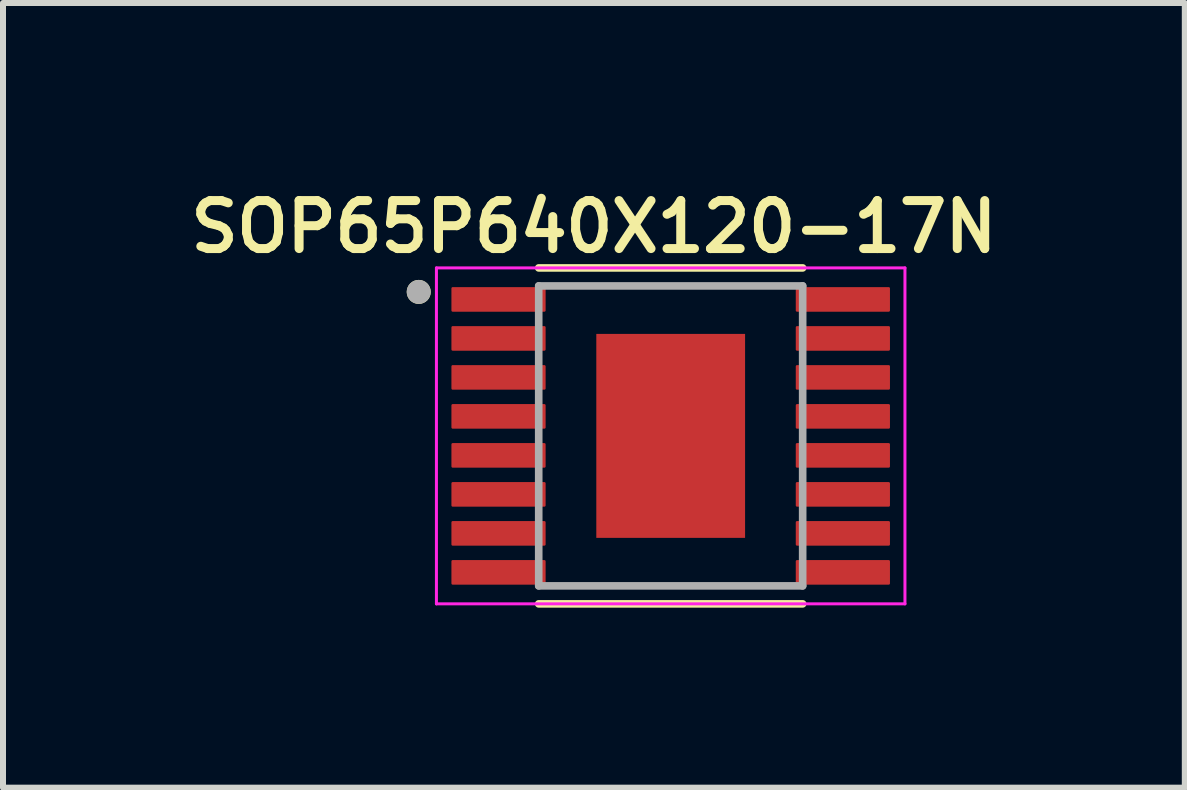
<source format=kicad_pcb>
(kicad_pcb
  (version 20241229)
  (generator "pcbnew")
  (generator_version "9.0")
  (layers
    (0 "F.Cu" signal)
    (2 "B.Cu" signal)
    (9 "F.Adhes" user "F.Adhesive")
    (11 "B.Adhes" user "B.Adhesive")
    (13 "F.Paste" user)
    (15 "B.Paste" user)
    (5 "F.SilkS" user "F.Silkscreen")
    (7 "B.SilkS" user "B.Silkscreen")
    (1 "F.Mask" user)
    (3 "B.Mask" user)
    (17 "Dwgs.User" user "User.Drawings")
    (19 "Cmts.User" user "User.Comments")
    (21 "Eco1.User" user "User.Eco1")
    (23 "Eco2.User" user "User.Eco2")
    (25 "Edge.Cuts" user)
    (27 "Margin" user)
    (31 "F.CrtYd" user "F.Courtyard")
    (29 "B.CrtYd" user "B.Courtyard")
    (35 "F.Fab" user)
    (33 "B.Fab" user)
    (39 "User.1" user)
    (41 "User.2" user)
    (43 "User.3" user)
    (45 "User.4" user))
  (footprint "SOP65P640X120-17N"
    (layer "F.Cu")
    (at 8.13 4.216)
    (property "Reference" "SOP65P640X120-17N" (at -1.28 -3.485 0) (layer "F.SilkS") (effects (font (size 0.8 0.8) (thickness 0.15))))
    (attr through_hole)
    (fp_line (start -2.2 -2.8) (end 2.2 -2.8) (stroke (width 0.127) (type solid)) (layer "F.SilkS"))
    (fp_line (start -2.2 2.8) (end 2.2 2.8) (stroke (width 0.127) (type solid)) (layer "F.SilkS"))
    (fp_circle (center -4.2 -2.4) (end -4.1 -2.4) (stroke (width 0.2) (type solid)) (fill no) (layer "F.SilkS"))
    (fp_poly (pts (xy -0.8 -1.075) (xy 0.8 -1.075) (xy 0.8 1.075) (xy -0.8 1.075)) (stroke (width 0.01) (type solid)) (fill yes) (layer "F.Paste"))
    (fp_line (start -3.905 -2.8) (end -3.905 2.8) (stroke (width 0.05) (type solid)) (layer "F.CrtYd"))
    (fp_line (start -3.905 -2.8) (end 3.905 -2.8) (stroke (width 0.05) (type solid)) (layer "F.CrtYd"))
    (fp_line (start -3.905 2.8) (end 3.905 2.8) (stroke (width 0.05) (type solid)) (layer "F.CrtYd"))
    (fp_line (start 3.905 -2.8) (end 3.905 2.8) (stroke (width 0.05) (type solid)) (layer "F.CrtYd"))
    (fp_line (start -2.2 -2.5) (end -2.2 2.5) (stroke (width 0.127) (type solid)) (layer "F.Fab"))
    (fp_line (start -2.2 -2.5) (end 2.2 -2.5) (stroke (width 0.127) (type solid)) (layer "F.Fab"))
    (fp_line (start -2.2 2.5) (end 2.2 2.5) (stroke (width 0.127) (type solid)) (layer "F.Fab"))
    (fp_line (start 2.2 -2.5) (end 2.2 2.5) (stroke (width 0.127) (type solid)) (layer "F.Fab"))
    (fp_circle (center -4.2 -2.4) (end -4.1 -2.4) (stroke (width 0.2) (type solid)) (fill no) (layer "F.Fab"))
    (pad "1" smd roundrect (at -2.87 -2.275) (size 1.57 0.41) (layers "F.Cu" "F.Mask" "F.Paste") (roundrect_rratio 0.05))
    (pad "2" smd roundrect (at -2.87 -1.625) (size 1.57 0.41) (layers "F.Cu" "F.Mask" "F.Paste") (roundrect_rratio 0.05))
    (pad "3" smd roundrect (at -2.87 -0.975) (size 1.57 0.41) (layers "F.Cu" "F.Mask" "F.Paste") (roundrect_rratio 0.05))
    (pad "4" smd roundrect (at -2.87 -0.325) (size 1.57 0.41) (layers "F.Cu" "F.Mask" "F.Paste") (roundrect_rratio 0.05))
    (pad "5" smd roundrect (at -2.87 0.325) (size 1.57 0.41) (layers "F.Cu" "F.Mask" "F.Paste") (roundrect_rratio 0.05))
    (pad "6" smd roundrect (at -2.87 0.975) (size 1.57 0.41) (layers "F.Cu" "F.Mask" "F.Paste") (roundrect_rratio 0.05))
    (pad "7" smd roundrect (at -2.87 1.625) (size 1.57 0.41) (layers "F.Cu" "F.Mask" "F.Paste") (roundrect_rratio 0.05))
    (pad "8" smd roundrect (at -2.87 2.275) (size 1.57 0.41) (layers "F.Cu" "F.Mask" "F.Paste") (roundrect_rratio 0.05))
    (pad "9" smd roundrect (at 2.87 2.275) (size 1.57 0.41) (layers "F.Cu" "F.Mask" "F.Paste") (roundrect_rratio 0.05))
    (pad "10" smd roundrect (at 2.87 1.625) (size 1.57 0.41) (layers "F.Cu" "F.Mask" "F.Paste") (roundrect_rratio 0.05))
    (pad "11" smd roundrect (at 2.87 0.975) (size 1.57 0.41) (layers "F.Cu" "F.Mask" "F.Paste") (roundrect_rratio 0.05))
    (pad "12" smd roundrect (at 2.87 0.325) (size 1.57 0.41) (layers "F.Cu" "F.Mask" "F.Paste") (roundrect_rratio 0.05))
    (pad "13" smd roundrect (at 2.87 -0.325) (size 1.57 0.41) (layers "F.Cu" "F.Mask" "F.Paste") (roundrect_rratio 0.05))
    (pad "14" smd roundrect (at 2.87 -0.975) (size 1.57 0.41) (layers "F.Cu" "F.Mask" "F.Paste") (roundrect_rratio 0.05))
    (pad "15" smd roundrect (at 2.87 -1.625) (size 1.57 0.41) (layers "F.Cu" "F.Mask" "F.Paste") (roundrect_rratio 0.05))
    (pad "16" smd roundrect (at 2.87 -2.275) (size 1.57 0.41) (layers "F.Cu" "F.Mask" "F.Paste") (roundrect_rratio 0.05))
    (pad "17" smd rect (at 0 0) (size 2.48 3.4) (layers "F.Cu" "F.Mask")))
  (gr_rect
    (start -3 -3)
    (end 16.7 10.08)
    (stroke (width 0.1) (type default))
    (fill no)
    (layer "Edge.Cuts")))
</source>
